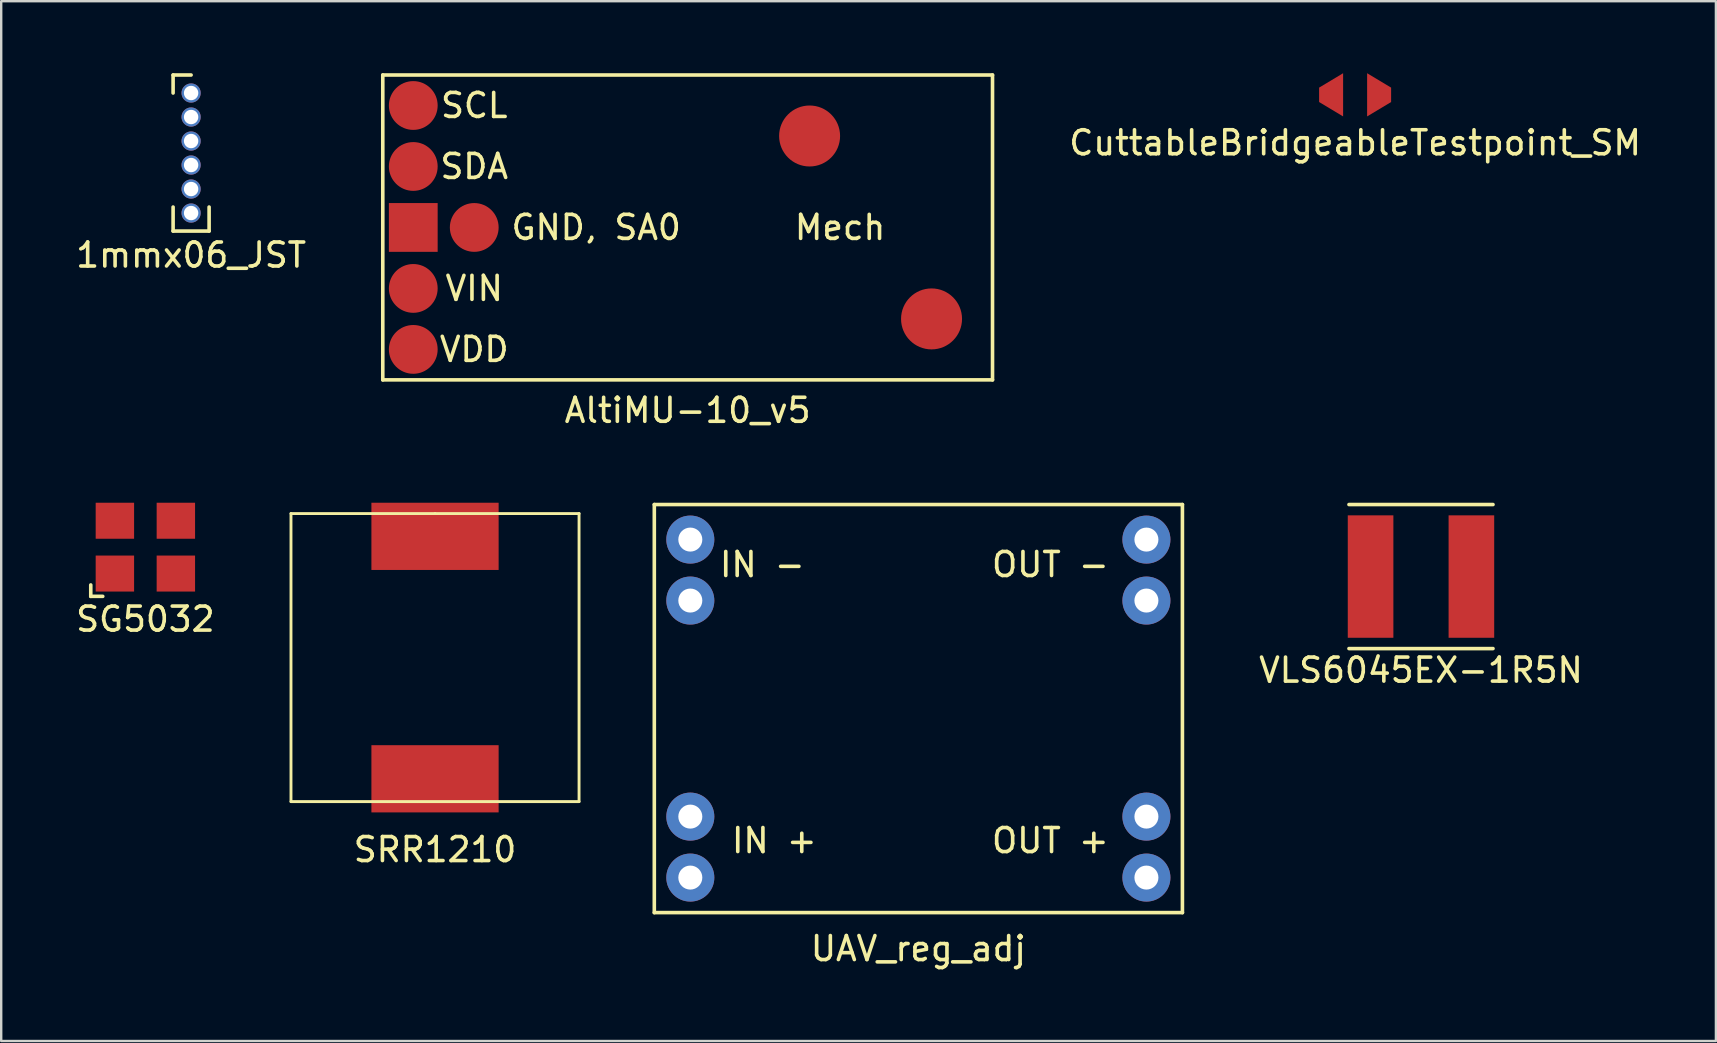
<source format=kicad_pcb>
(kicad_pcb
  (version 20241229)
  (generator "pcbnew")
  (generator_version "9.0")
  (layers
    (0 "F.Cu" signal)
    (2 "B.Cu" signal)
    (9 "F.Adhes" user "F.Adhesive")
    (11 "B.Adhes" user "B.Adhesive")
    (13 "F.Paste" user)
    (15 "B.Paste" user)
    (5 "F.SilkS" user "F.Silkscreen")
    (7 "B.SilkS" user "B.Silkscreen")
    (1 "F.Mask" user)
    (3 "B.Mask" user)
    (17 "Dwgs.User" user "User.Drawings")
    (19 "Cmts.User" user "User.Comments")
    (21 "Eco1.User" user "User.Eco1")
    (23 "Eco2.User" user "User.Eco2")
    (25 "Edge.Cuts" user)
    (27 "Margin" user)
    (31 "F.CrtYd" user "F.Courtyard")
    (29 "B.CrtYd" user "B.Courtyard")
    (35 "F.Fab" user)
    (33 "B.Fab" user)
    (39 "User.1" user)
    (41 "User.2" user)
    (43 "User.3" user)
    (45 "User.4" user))
  (footprint "SG5032"
    (layer "F.Cu")
    (at 3.006 19.743)
    (property "Reference" "SG5032" (at 0 3 0) (layer "F.SilkS") (effects (font (size 1 1) (thickness 0.15))))
    (attr through_hole)
    (fp_line (start -2.275 2.05) (end -2.275 1.575) (stroke (width 0.15) (type solid)) (layer "F.SilkS"))
    (fp_line (start -1.775 2.05) (end -2.275 2.05) (stroke (width 0.15) (type solid)) (layer "F.SilkS"))
    (pad "1" smd rect (at -1.27 1.1) (size 1.6 1.5) (layers "F.Cu" "F.Mask" "F.Paste"))
    (pad "2" smd rect (at 1.27 1.1) (size 1.6 1.5) (layers "F.Cu" "F.Mask" "F.Paste"))
    (pad "3" smd rect (at 1.27 -1.1) (size 1.6 1.5) (layers "F.Cu" "F.Mask" "F.Paste"))
    (pad "4" smd rect (at -1.27 -1.1) (size 1.6 1.5) (layers "F.Cu" "F.Mask" "F.Paste")))
  (footprint "CuttableBridgeableTestpoint_SM"
    (layer "F.Cu")
    (at 53.401 0.9)
    (property "Reference" "CuttableBridgeableTestpoint_SM" (at 0 2 0) (layer "F.SilkS") (effects (font (size 1 1) (thickness 0.15))))
    (attr through_hole)
    (pad "1" smd trapezoid (at -1 0 180) (size 1 1.2) (rect_delta 0.6 0) (layers "F.Cu" "F.Mask" "F.Paste"))
    (pad "2" smd trapezoid (at 1 0) (size 1 1.2) (rect_delta 0.6 0) (layers "F.Cu" "F.Mask" "F.Paste")))
  (footprint "AltiMU-10_v5"
    (layer "F.Cu")
    (at 25.596 6.425)
    (property "Reference" "AltiMU-10_v5" (at 0 7.62 0) (layer "F.SilkS") (effects (font (size 1 1) (thickness 0.15))))
    (attr through_hole)
    (fp_line (start -12.7 -6.35) (end 12.7 -6.35) (stroke (width 0.15) (type solid)) (layer "F.SilkS"))
    (fp_line (start -12.7 6.35) (end -12.7 -6.35) (stroke (width 0.15) (type solid)) (layer "F.SilkS"))
    (fp_line (start 12.7 -6.35) (end 12.7 6.35) (stroke (width 0.15) (type solid)) (layer "F.SilkS"))
    (fp_line (start 12.7 6.35) (end -12.7 6.35) (stroke (width 0.15) (type solid)) (layer "F.SilkS"))
    (fp_text user "SCL" (at -8.89 -5.08 0) (layer "F.SilkS") (effects (font (size 1 1) (thickness 0.15))))
    (fp_text user "SDA" (at -8.89 -2.54 0) (layer "F.SilkS") (effects (font (size 1 1) (thickness 0.15))))
    (fp_text user "VIN" (at -8.89 2.54 0) (layer "F.SilkS") (effects (font (size 1 1) (thickness 0.15))))
    (fp_text user "VDD" (at -8.89 5.08 0) (layer "F.SilkS") (effects (font (size 1 1) (thickness 0.15))))
    (fp_text user "Mech" (at 6.35 0 0) (layer "F.SilkS") (effects (font (size 1 1) (thickness 0.15))))
    (fp_text user "GND, SA0" (at -3.81 0 0) (layer "F.SilkS") (effects (font (size 1 1) (thickness 0.15))))
    (pad "" smd circle (at 5.08 -3.81) (size 2.54 2.54) (layers "F.Cu" "F.Mask" "F.Paste"))
    (pad "" smd circle (at 10.16 3.81) (size 2.54 2.54) (layers "F.Cu" "F.Mask" "F.Paste"))
    (pad "1" smd circle (at -11.43 -5.08) (size 2.032 2.032) (layers "F.Cu" "F.Mask" "F.Paste"))
    (pad "2" smd circle (at -11.43 -2.54) (size 2.032 2.032) (layers "F.Cu" "F.Mask" "F.Paste"))
    (pad "3" smd rect (at -11.43 0) (size 2.032 2.032) (layers "F.Cu" "F.Mask" "F.Paste"))
    (pad "4" smd circle (at -11.43 2.54) (size 2.032 2.032) (layers "F.Cu" "F.Mask" "F.Paste"))
    (pad "5" smd circle (at -11.43 5.08) (size 2.032 2.032) (layers "F.Cu" "F.Mask" "F.Paste"))
    (pad "6" smd circle (at -8.89 0) (size 2.032 2.032) (layers "F.Cu" "F.Mask" "F.Paste")))
  (footprint "UAV_reg_adj"
    (layer "F.Cu")
    (at 35.207 26.468)
    (property "Reference" "UAV_reg_adj" (at 0 10 0) (layer "F.SilkS") (effects (font (size 1 1) (thickness 0.15))))
    (attr through_hole)
    (fp_line (start -11 -8.5) (end -11 8.5) (stroke (width 0.15) (type solid)) (layer "F.SilkS"))
    (fp_line (start -11 8.5) (end 11 8.5) (stroke (width 0.15) (type solid)) (layer "F.SilkS"))
    (fp_line (start 11 -8.5) (end -11 -8.5) (stroke (width 0.15) (type solid)) (layer "F.SilkS"))
    (fp_line (start 11 8.5) (end 11 -8.5) (stroke (width 0.15) (type solid)) (layer "F.SilkS"))
    (fp_text user "OUT +" (at 5.5 5.5 0) (layer "F.SilkS") (effects (font (size 1 1) (thickness 0.15))))
    (fp_text user "IN +" (at -6 5.5 0) (layer "F.SilkS") (effects (font (size 1 1) (thickness 0.15))))
    (fp_text user "IN -" (at -6.5 -6 0) (layer "F.SilkS") (effects (font (size 1 1) (thickness 0.15))))
    (fp_text user "OUT -" (at 5.5 -6 0) (layer "F.SilkS") (effects (font (size 1 1) (thickness 0.15))))
    (pad "1" thru_hole circle (at -9.5 4.5) (size 2 2) (drill 1) (layers "*.Cu" "*.Mask"))
    (pad "1" thru_hole circle (at -9.5 7.04) (size 2 2) (drill 1) (layers "*.Cu" "*.Mask"))
    (pad "2" thru_hole circle (at -9.5 -7.04) (size 2 2) (drill 1) (layers "*.Cu" "*.Mask"))
    (pad "2" thru_hole circle (at -9.5 -4.5) (size 2 2) (drill 1) (layers "*.Cu" "*.Mask"))
    (pad "3" thru_hole circle (at 9.5 -7.04) (size 2 2) (drill 1) (layers "*.Cu" "*.Mask"))
    (pad "3" thru_hole circle (at 9.5 -4.5) (size 2 2) (drill 1) (layers "*.Cu" "*.Mask"))
    (pad "4" thru_hole circle (at 9.5 4.5) (size 2 2) (drill 1) (layers "*.Cu" "*.Mask"))
    (pad "4" thru_hole circle (at 9.5 7.04) (size 2 2) (drill 1) (layers "*.Cu" "*.Mask")))
  (footprint "SRR1210"
    (layer "F.Cu")
    (at 15.072 24.343)
    (property "Reference" "SRR1210" (at 0 8 0) (layer "F.SilkS") (effects (font (size 1 1) (thickness 0.15))))
    (attr through_hole)
    (fp_line (start -6 -6) (end -6 6) (stroke (width 0.12) (type solid)) (layer "F.SilkS"))
    (fp_line (start -6 6) (end 6 6) (stroke (width 0.12) (type solid)) (layer "F.SilkS"))
    (fp_line (start 0 -6) (end -6 -6) (stroke (width 0.12) (type solid)) (layer "F.SilkS"))
    (fp_line (start 6 -6) (end 0 -6) (stroke (width 0.12) (type solid)) (layer "F.SilkS"))
    (fp_line (start 6 6) (end 6 -6) (stroke (width 0.12) (type solid)) (layer "F.SilkS"))
    (pad "1" smd rect (at 0 5.05) (size 5.3 2.8) (layers "F.Cu" "F.Mask" "F.Paste"))
    (pad "2" smd rect (at 0 -5.05) (size 5.3 2.8) (layers "F.Cu" "F.Mask" "F.Paste")))
  (footprint "VLS6045EX-1R5N"
    (layer "F.Cu")
    (at 56.145 20.968)
    (property "Reference" "VLS6045EX-1R5N" (at 0 3.9 0) (layer "F.SilkS") (effects (font (size 1 1) (thickness 0.15))))
    (attr through_hole)
    (fp_line (start -3 -3) (end 3 -3) (stroke (width 0.15) (type solid)) (layer "F.SilkS"))
    (fp_line (start 3 3) (end -3 3) (stroke (width 0.15) (type solid)) (layer "F.SilkS"))
    (pad "1" smd rect (at -2.1 0) (size 1.9 5.1) (layers "F.Cu" "F.Mask" "F.Paste"))
    (pad "2" smd rect (at 2.1 0) (size 1.9 5.1) (layers "F.Cu" "F.Mask" "F.Paste")))
  (footprint "1mmx06_JST"
    (layer "F.Cu")
    (at 4.911 3.325)
    (property "Reference" "1mmx06_JST" (at 0 4.25 0) (layer "F.SilkS") (effects (font (size 1 1) (thickness 0.15))))
    (attr through_hole)
    (fp_line (start -0.75 -3.25) (end 0 -3.25) (stroke (width 0.15) (type solid)) (layer "F.SilkS"))
    (fp_line (start -0.75 -2.5) (end -0.75 -3.25) (stroke (width 0.15) (type solid)) (layer "F.SilkS"))
    (fp_line (start -0.75 2.25) (end -0.75 3.25) (stroke (width 0.15) (type solid)) (layer "F.SilkS"))
    (fp_line (start -0.75 3.25) (end 0.75 3.25) (stroke (width 0.15) (type solid)) (layer "F.SilkS"))
    (fp_line (start 0.75 3.25) (end 0.75 2.25) (stroke (width 0.15) (type solid)) (layer "F.SilkS"))
    (pad "1" thru_hole circle (at 0 -2.5) (size 0.8 0.8) (drill 0.6) (layers "*.Cu" "*.Mask"))
    (pad "2" thru_hole circle (at 0 -1.5) (size 0.8 0.8) (drill 0.6) (layers "*.Cu" "*.Mask"))
    (pad "3" thru_hole circle (at 0 -0.5) (size 0.8 0.8) (drill 0.6) (layers "*.Cu" "*.Mask"))
    (pad "4" thru_hole circle (at 0 0.5) (size 0.8 0.8) (drill 0.6) (layers "*.Cu" "*.Mask"))
    (pad "5" thru_hole circle (at 0 1.5) (size 0.8 0.8) (drill 0.6) (layers "*.Cu" "*.Mask"))
    (pad "6" thru_hole circle (at 0 2.5) (size 0.8 0.8) (drill 0.6) (layers "*.Cu" "*.Mask")))
  (gr_rect
    (start -3 -3)
    (end 68.431 40.316)
    (stroke (width 0.1) (type default))
    (fill no)
    (layer "Edge.Cuts")))
</source>
